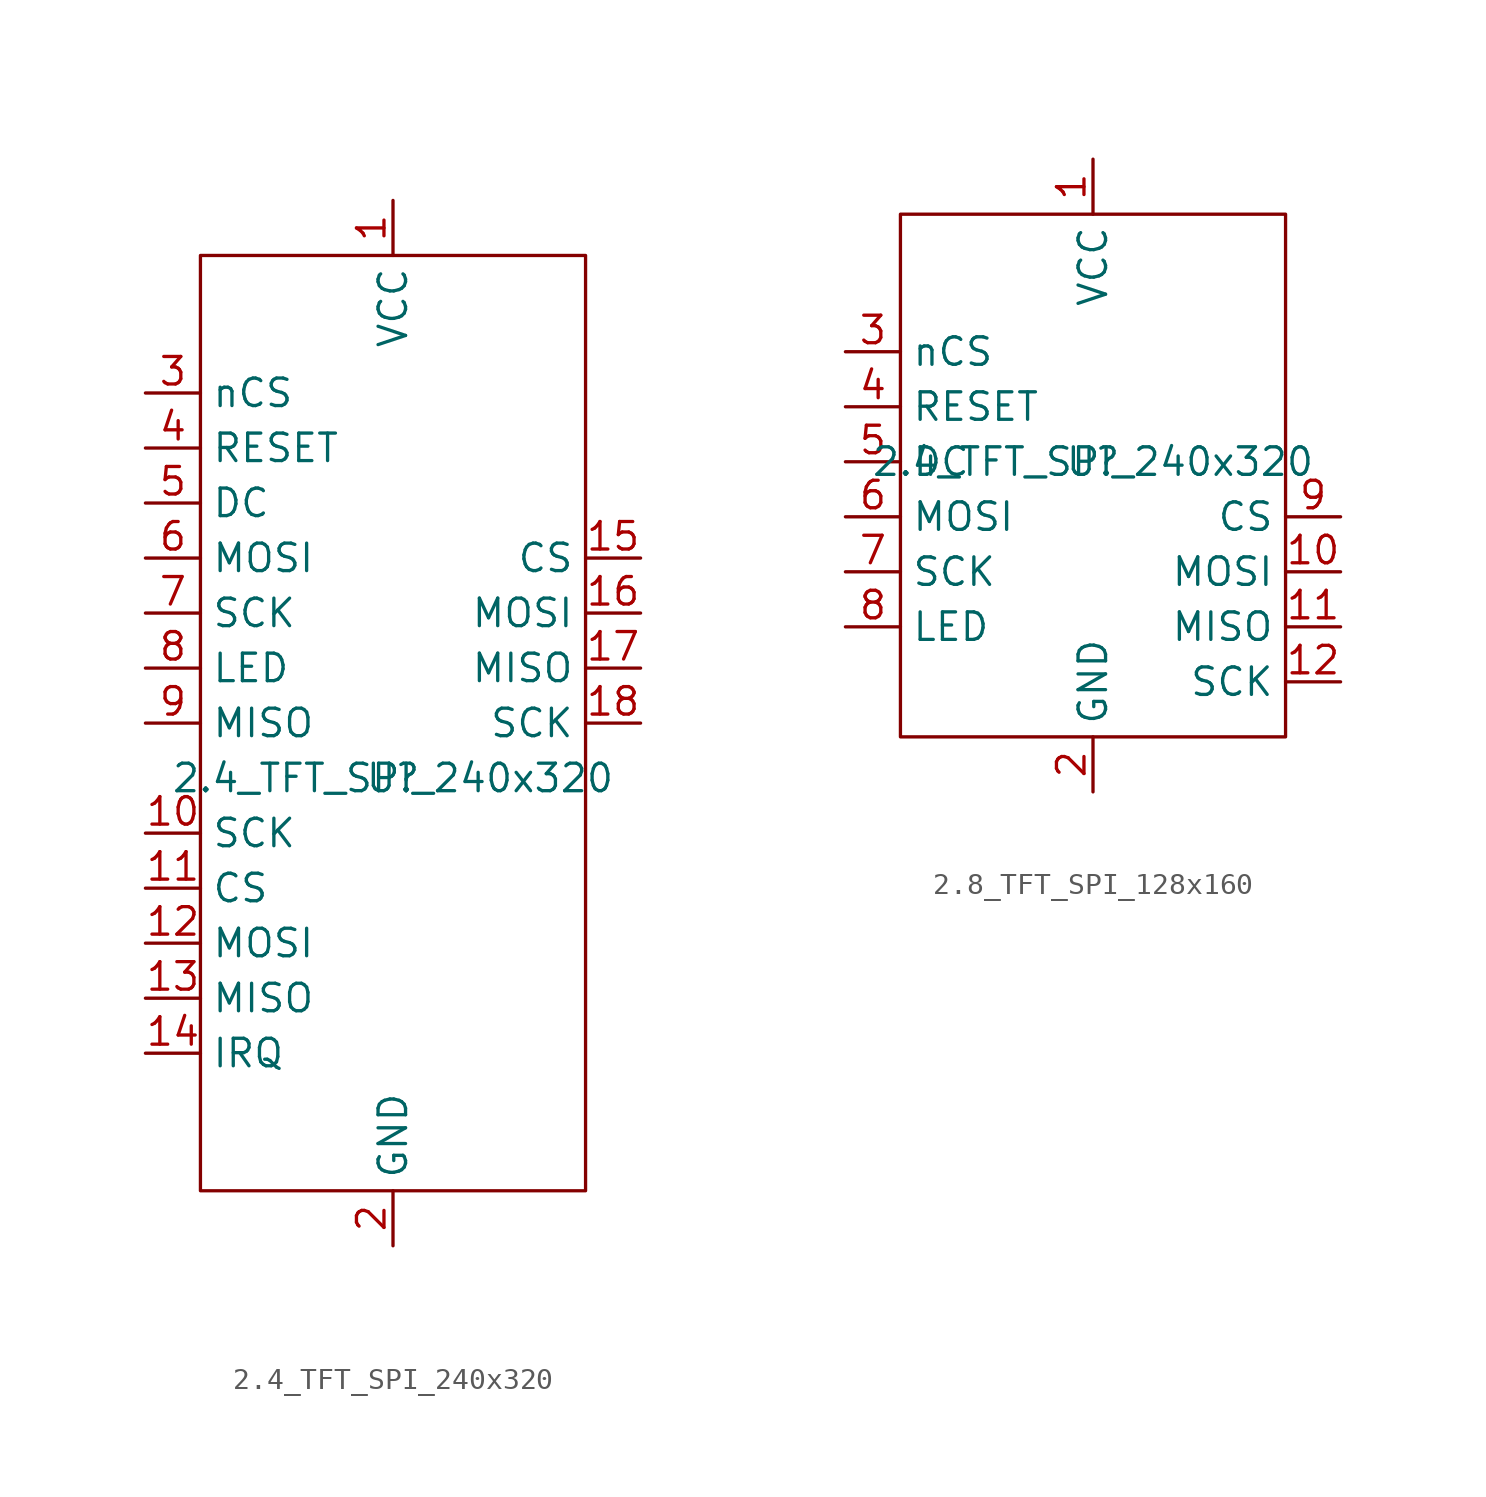
<source format=kicad_sym>
(kicad_symbol_lib
  (version 20220914)
  (generator kicad_symbol_editor)
  (symbol "2.4_TFT_SPI_240x320"
    (property "Reference" "U"
      (at 0 0 0)
      (effects (font (size 1.27 1.27))))
    (property "Value" "2.4_TFT_SPI_240x320"
      (at 0 0 0)
      (effects (font (size 1.27 1.27))))
    (symbol "2.4_TFT_SPI_240x320_0_1"
      (rectangle (start -8.89 24.13) (end 8.89 -19.05) (stroke (width 0) (type default)) (fill (type none))))
    (symbol "2.4_TFT_SPI_240x320_1_1"
      (pin power_in line (at 0 26.67 270) (length 2.54) (name "VCC" (effects (font (size 1.27 1.27)))) (number "1" (effects (font (size 1.27 1.27)))))
      (pin input line (at -11.43 -2.54 0) (length 2.54) (name "SCK" (effects (font (size 1.27 1.27)))) (number "10" (effects (font (size 1.27 1.27)))))
      (pin input line (at -11.43 -5.08 0) (length 2.54) (name "CS" (effects (font (size 1.27 1.27)))) (number "11" (effects (font (size 1.27 1.27)))))
      (pin input line (at -11.43 -7.62 0) (length 2.54) (name "MOSI" (effects (font (size 1.27 1.27)))) (number "12" (effects (font (size 1.27 1.27)))))
      (pin output line (at -11.43 -10.16 0) (length 2.54) (name "MISO" (effects (font (size 1.27 1.27)))) (number "13" (effects (font (size 1.27 1.27)))))
      (pin output line (at -11.43 -12.7 0) (length 2.54) (name "IRQ" (effects (font (size 1.27 1.27)))) (number "14" (effects (font (size 1.27 1.27)))))
      (pin input line (at 11.43 10.16 180) (length 2.54) (name "CS" (effects (font (size 1.27 1.27)))) (number "15" (effects (font (size 1.27 1.27)))))
      (pin input line (at 11.43 7.62 180) (length 2.54) (name "MOSI" (effects (font (size 1.27 1.27)))) (number "16" (effects (font (size 1.27 1.27)))))
      (pin output line (at 11.43 5.08 180) (length 2.54) (name "MISO" (effects (font (size 1.27 1.27)))) (number "17" (effects (font (size 1.27 1.27)))))
      (pin input line (at 11.43 2.54 180) (length 2.54) (name "SCK" (effects (font (size 1.27 1.27)))) (number "18" (effects (font (size 1.27 1.27)))))
      (pin power_in line (at 0 -21.59 90) (length 2.54) (name "GND" (effects (font (size 1.27 1.27)))) (number "2" (effects (font (size 1.27 1.27)))))
      (pin input line (at -11.43 17.78 0) (length 2.54) (name "nCS" (effects (font (size 1.27 1.27)))) (number "3" (effects (font (size 1.27 1.27)))))
      (pin input line (at -11.43 15.24 0) (length 2.54) (name "RESET" (effects (font (size 1.27 1.27)))) (number "4" (effects (font (size 1.27 1.27)))))
      (pin input line (at -11.43 12.7 0) (length 2.54) (name "DC" (effects (font (size 1.27 1.27)))) (number "5" (effects (font (size 1.27 1.27)))))
      (pin input line (at -11.43 10.16 0) (length 2.54) (name "MOSI" (effects (font (size 1.27 1.27)))) (number "6" (effects (font (size 1.27 1.27)))))
      (pin input line (at -11.43 7.62 0) (length 2.54) (name "SCK" (effects (font (size 1.27 1.27)))) (number "7" (effects (font (size 1.27 1.27)))))
      (pin power_in line (at -11.43 5.08 0) (length 2.54) (name "LED" (effects (font (size 1.27 1.27)))) (number "8" (effects (font (size 1.27 1.27)))))
      (pin output line (at -11.43 2.54 0) (length 2.54) (name "MISO" (effects (font (size 1.27 1.27)))) (number "9" (effects (font (size 1.27 1.27)))))))
  (symbol "2.8_TFT_SPI_128x160"
    (property "Reference" "U"
      (at 0 0 0)
      (effects (font (size 1.27 1.27))))
    (property "Value" "2.4_TFT_SPI_240x320"
      (at 0 0 0)
      (effects (font (size 1.27 1.27))))
    (symbol "2.8_TFT_SPI_128x160_0_1"
      (rectangle (start -8.89 11.43) (end 8.89 -12.7) (stroke (width 0) (type default)) (fill (type none))))
    (symbol "2.8_TFT_SPI_128x160_1_1"
      (pin power_in line (at 0 13.97 270) (length 2.54) (name "VCC" (effects (font (size 1.27 1.27)))) (number "1" (effects (font (size 1.27 1.27)))))
      (pin input line (at 11.43 -5.08 180) (length 2.54) (name "MOSI" (effects (font (size 1.27 1.27)))) (number "10" (effects (font (size 1.27 1.27)))))
      (pin output line (at 11.43 -7.62 180) (length 2.54) (name "MISO" (effects (font (size 1.27 1.27)))) (number "11" (effects (font (size 1.27 1.27)))))
      (pin input line (at 11.43 -10.16 180) (length 2.54) (name "SCK" (effects (font (size 1.27 1.27)))) (number "12" (effects (font (size 1.27 1.27)))))
      (pin power_in line (at 0 -15.24 90) (length 2.54) (name "GND" (effects (font (size 1.27 1.27)))) (number "2" (effects (font (size 1.27 1.27)))))
      (pin input line (at -11.43 5.08 0) (length 2.54) (name "nCS" (effects (font (size 1.27 1.27)))) (number "3" (effects (font (size 1.27 1.27)))))
      (pin input line (at -11.43 2.54 0) (length 2.54) (name "RESET" (effects (font (size 1.27 1.27)))) (number "4" (effects (font (size 1.27 1.27)))))
      (pin input line (at -11.43 0 0) (length 2.54) (name "DC" (effects (font (size 1.27 1.27)))) (number "5" (effects (font (size 1.27 1.27)))))
      (pin input line (at -11.43 -2.54 0) (length 2.54) (name "MOSI" (effects (font (size 1.27 1.27)))) (number "6" (effects (font (size 1.27 1.27)))))
      (pin input line (at -11.43 -5.08 0) (length 2.54) (name "SCK" (effects (font (size 1.27 1.27)))) (number "7" (effects (font (size 1.27 1.27)))))
      (pin power_in line (at -11.43 -7.62 0) (length 2.54) (name "LED" (effects (font (size 1.27 1.27)))) (number "8" (effects (font (size 1.27 1.27)))))
      (pin input line (at 11.43 -2.54 180) (length 2.54) (name "CS" (effects (font (size 1.27 1.27)))) (number "9" (effects (font (size 1.27 1.27))))))))
</source>
